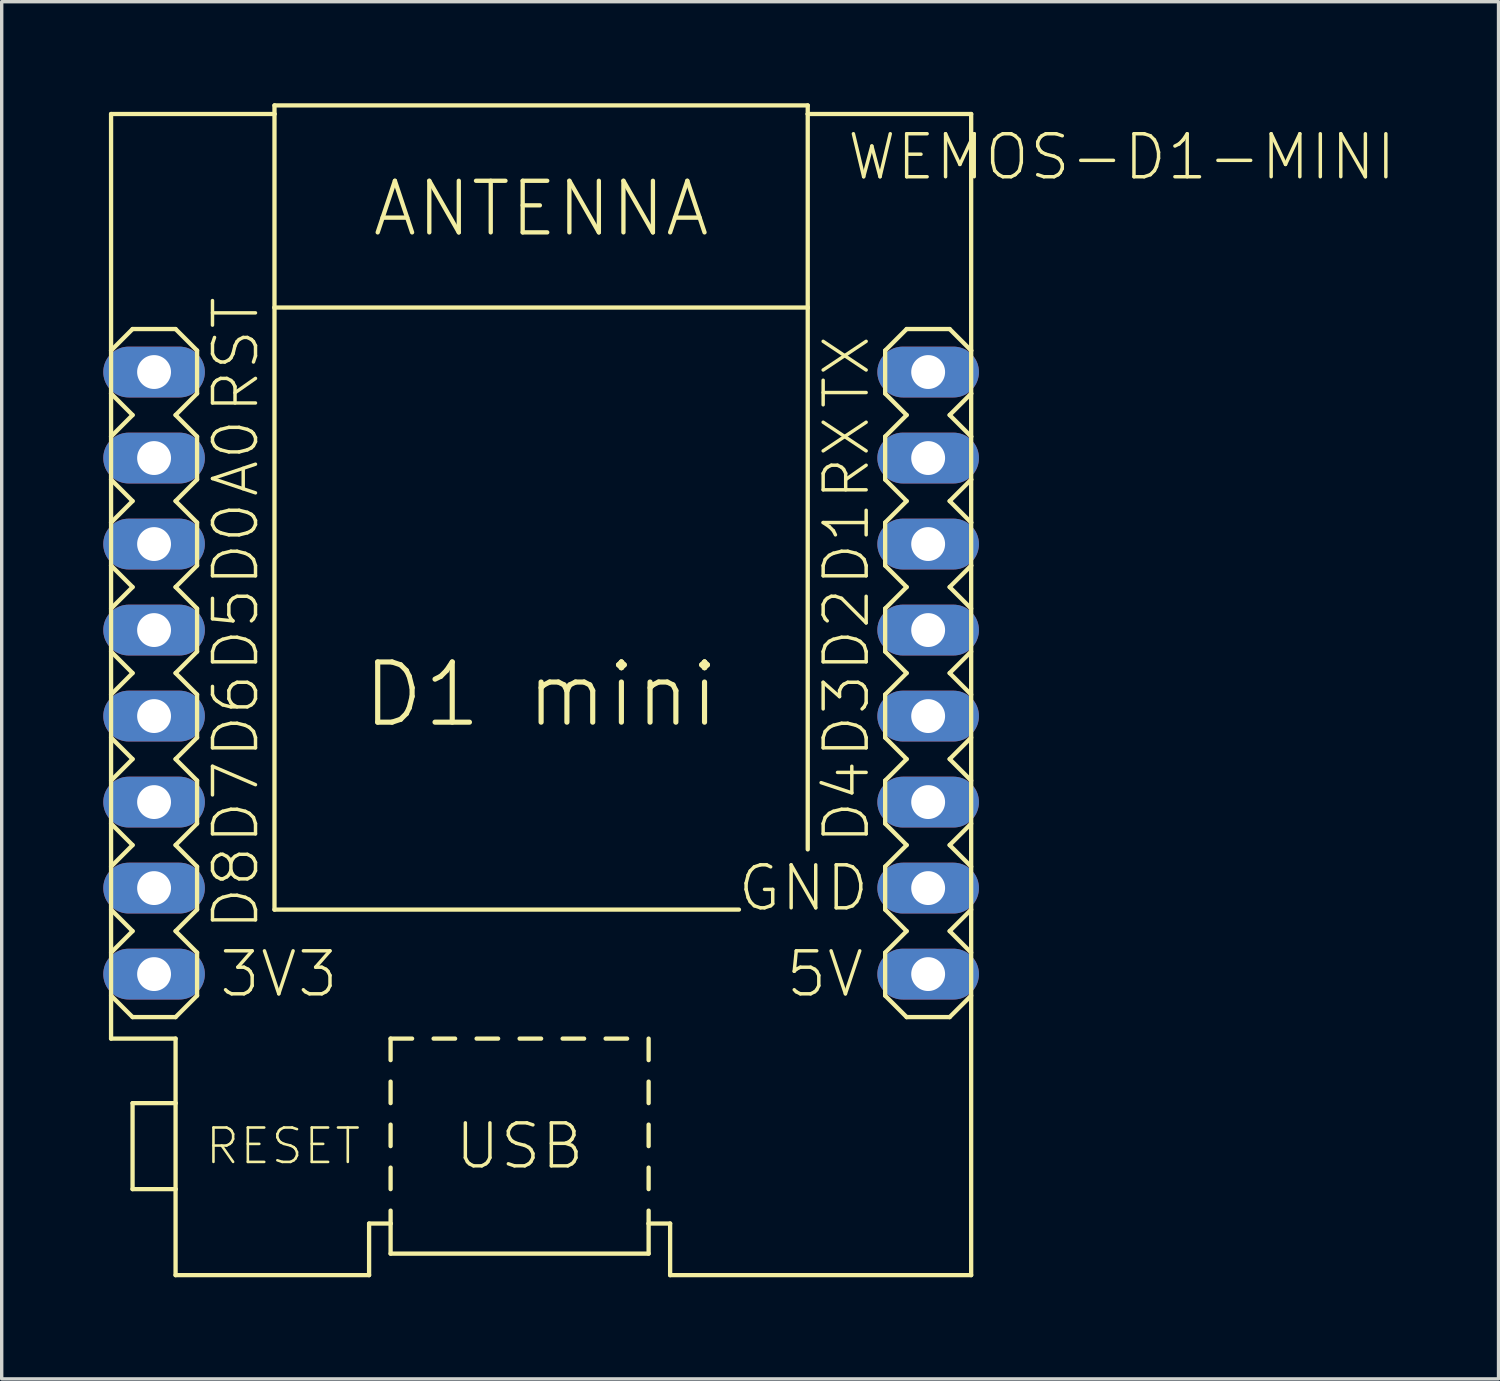
<source format=kicad_pcb>
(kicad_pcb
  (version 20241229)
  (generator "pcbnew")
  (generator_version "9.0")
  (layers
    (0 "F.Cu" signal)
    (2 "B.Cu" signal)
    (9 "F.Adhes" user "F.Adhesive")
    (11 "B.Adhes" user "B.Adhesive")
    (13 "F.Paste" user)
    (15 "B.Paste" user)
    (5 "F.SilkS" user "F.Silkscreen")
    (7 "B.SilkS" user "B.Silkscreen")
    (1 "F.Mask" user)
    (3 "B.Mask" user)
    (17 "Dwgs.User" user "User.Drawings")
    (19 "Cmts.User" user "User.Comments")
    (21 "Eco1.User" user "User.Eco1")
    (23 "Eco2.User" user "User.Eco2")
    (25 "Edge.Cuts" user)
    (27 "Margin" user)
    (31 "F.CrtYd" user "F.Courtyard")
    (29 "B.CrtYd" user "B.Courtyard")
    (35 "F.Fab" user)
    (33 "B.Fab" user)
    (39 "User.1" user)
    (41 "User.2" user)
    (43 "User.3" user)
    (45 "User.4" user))
  (footprint "WEMOS-D1-MINI"
    (layer "F.Cu")
    (at 12.93 17.462)
    (property "Reference" "WEMOS-D1-MINI" (at 17.145 -15.875 0) (layer "F.SilkS") (effects (font (size 1.27 1.27) (thickness 0.102))))
    (attr exclude_from_pos_files exclude_from_bom)
    (fp_line (start -12.7 -17.145) (end -7.874 -17.145) (stroke (width 0.127) (type solid)) (layer "F.SilkS"))
    (fp_line (start -12.7 -10.16) (end -12.7 -17.145) (stroke (width 0.127) (type solid)) (layer "F.SilkS"))
    (fp_line (start -12.7 -10.16) (end -12.065 -10.795) (stroke (width 0.127) (type solid)) (layer "F.SilkS"))
    (fp_line (start -12.7 -8.89) (end -12.7 -10.16) (stroke (width 0.127) (type solid)) (layer "F.SilkS"))
    (fp_line (start -12.7 -7.62) (end -12.7 -8.89) (stroke (width 0.127) (type solid)) (layer "F.SilkS"))
    (fp_line (start -12.7 -7.62) (end -12.065 -8.255) (stroke (width 0.127) (type solid)) (layer "F.SilkS"))
    (fp_line (start -12.7 -6.35) (end -12.7 -7.62) (stroke (width 0.127) (type solid)) (layer "F.SilkS"))
    (fp_line (start -12.7 -5.08) (end -12.7 -6.35) (stroke (width 0.127) (type solid)) (layer "F.SilkS"))
    (fp_line (start -12.7 -5.08) (end -12.065 -5.715) (stroke (width 0.127) (type solid)) (layer "F.SilkS"))
    (fp_line (start -12.7 -3.81) (end -12.7 -5.08) (stroke (width 0.127) (type solid)) (layer "F.SilkS"))
    (fp_line (start -12.7 -3.81) (end -12.7 10.16) (stroke (width 0.127) (type solid)) (layer "F.SilkS"))
    (fp_line (start -12.7 -2.54) (end -12.065 -3.175) (stroke (width 0.127) (type solid)) (layer "F.SilkS"))
    (fp_line (start -12.7 -1.27) (end -12.065 -0.635) (stroke (width 0.127) (type solid)) (layer "F.SilkS"))
    (fp_line (start -12.7 1.27) (end -12.065 1.905) (stroke (width 0.127) (type solid)) (layer "F.SilkS"))
    (fp_line (start -12.7 3.81) (end -12.065 4.445) (stroke (width 0.127) (type solid)) (layer "F.SilkS"))
    (fp_line (start -12.7 6.35) (end -12.065 6.985) (stroke (width 0.127) (type solid)) (layer "F.SilkS"))
    (fp_line (start -12.7 8.89) (end -12.065 9.525) (stroke (width 0.127) (type solid)) (layer "F.SilkS"))
    (fp_line (start -12.7 10.16) (end -10.795 10.16) (stroke (width 0.127) (type solid)) (layer "F.SilkS"))
    (fp_line (start -12.065 -10.795) (end -10.795 -10.795) (stroke (width 0.127) (type solid)) (layer "F.SilkS"))
    (fp_line (start -12.065 -8.255) (end -12.7 -8.89) (stroke (width 0.127) (type solid)) (layer "F.SilkS"))
    (fp_line (start -12.065 -5.715) (end -12.7 -6.35) (stroke (width 0.127) (type solid)) (layer "F.SilkS"))
    (fp_line (start -12.065 -3.175) (end -12.7 -3.81) (stroke (width 0.127) (type solid)) (layer "F.SilkS"))
    (fp_line (start -12.065 -0.635) (end -12.7 0) (stroke (width 0.127) (type solid)) (layer "F.SilkS"))
    (fp_line (start -12.065 1.905) (end -12.7 2.54) (stroke (width 0.127) (type solid)) (layer "F.SilkS"))
    (fp_line (start -12.065 4.445) (end -12.7 5.08) (stroke (width 0.127) (type solid)) (layer "F.SilkS"))
    (fp_line (start -12.065 6.985) (end -12.7 7.62) (stroke (width 0.127) (type solid)) (layer "F.SilkS"))
    (fp_line (start -12.065 9.525) (end -10.795 9.525) (stroke (width 0.127) (type solid)) (layer "F.SilkS"))
    (fp_line (start -12.065 12.065) (end -12.065 14.605) (stroke (width 0.127) (type solid)) (layer "F.SilkS"))
    (fp_line (start -12.065 14.605) (end -10.795 14.605) (stroke (width 0.127) (type solid)) (layer "F.SilkS"))
    (fp_line (start -10.795 -10.795) (end -10.16 -10.16) (stroke (width 0.127) (type solid)) (layer "F.SilkS"))
    (fp_line (start -10.795 -8.255) (end -10.16 -7.62) (stroke (width 0.127) (type solid)) (layer "F.SilkS"))
    (fp_line (start -10.795 -5.715) (end -10.16 -5.08) (stroke (width 0.127) (type solid)) (layer "F.SilkS"))
    (fp_line (start -10.795 -3.175) (end -10.16 -2.54) (stroke (width 0.127) (type solid)) (layer "F.SilkS"))
    (fp_line (start -10.795 -0.635) (end -10.16 0) (stroke (width 0.127) (type solid)) (layer "F.SilkS"))
    (fp_line (start -10.795 1.905) (end -10.16 2.54) (stroke (width 0.127) (type solid)) (layer "F.SilkS"))
    (fp_line (start -10.795 4.445) (end -10.16 5.08) (stroke (width 0.127) (type solid)) (layer "F.SilkS"))
    (fp_line (start -10.795 9.525) (end -10.16 8.89) (stroke (width 0.127) (type solid)) (layer "F.SilkS"))
    (fp_line (start -10.795 10.16) (end -10.795 12.065) (stroke (width 0.127) (type solid)) (layer "F.SilkS"))
    (fp_line (start -10.795 12.065) (end -12.065 12.065) (stroke (width 0.127) (type solid)) (layer "F.SilkS"))
    (fp_line (start -10.795 12.065) (end -10.795 14.605) (stroke (width 0.127) (type solid)) (layer "F.SilkS"))
    (fp_line (start -10.795 14.605) (end -10.795 17.145) (stroke (width 0.127) (type solid)) (layer "F.SilkS"))
    (fp_line (start -10.795 17.145) (end -5.08 17.145) (stroke (width 0.127) (type solid)) (layer "F.SilkS"))
    (fp_line (start -10.16 -10.16) (end -10.16 -8.89) (stroke (width 0.127) (type solid)) (layer "F.SilkS"))
    (fp_line (start -10.16 -8.89) (end -10.795 -8.255) (stroke (width 0.127) (type solid)) (layer "F.SilkS"))
    (fp_line (start -10.16 -7.62) (end -10.16 -6.35) (stroke (width 0.127) (type solid)) (layer "F.SilkS"))
    (fp_line (start -10.16 -6.35) (end -10.795 -5.715) (stroke (width 0.127) (type solid)) (layer "F.SilkS"))
    (fp_line (start -10.16 -5.08) (end -10.16 -3.81) (stroke (width 0.127) (type solid)) (layer "F.SilkS"))
    (fp_line (start -10.16 -3.81) (end -10.795 -3.175) (stroke (width 0.127) (type solid)) (layer "F.SilkS"))
    (fp_line (start -10.16 -2.54) (end -10.16 -1.27) (stroke (width 0.127) (type solid)) (layer "F.SilkS"))
    (fp_line (start -10.16 -1.27) (end -10.795 -0.635) (stroke (width 0.127) (type solid)) (layer "F.SilkS"))
    (fp_line (start -10.16 0) (end -10.16 1.27) (stroke (width 0.127) (type solid)) (layer "F.SilkS"))
    (fp_line (start -10.16 1.27) (end -10.795 1.905) (stroke (width 0.127) (type solid)) (layer "F.SilkS"))
    (fp_line (start -10.16 2.54) (end -10.16 3.81) (stroke (width 0.127) (type solid)) (layer "F.SilkS"))
    (fp_line (start -10.16 3.81) (end -10.795 4.445) (stroke (width 0.127) (type solid)) (layer "F.SilkS"))
    (fp_line (start -10.16 5.08) (end -10.16 6.35) (stroke (width 0.127) (type solid)) (layer "F.SilkS"))
    (fp_line (start -10.16 6.35) (end -10.795 6.985) (stroke (width 0.127) (type solid)) (layer "F.SilkS"))
    (fp_line (start -10.16 7.62) (end -10.795 6.985) (stroke (width 0.127) (type solid)) (layer "F.SilkS"))
    (fp_line (start -10.16 8.89) (end -10.16 7.62) (stroke (width 0.127) (type solid)) (layer "F.SilkS"))
    (fp_line (start -7.874 -17.399) (end -7.874 -17.145) (stroke (width 0.127) (type solid)) (layer "F.SilkS"))
    (fp_line (start -7.874 -17.399) (end 7.874 -17.399) (stroke (width 0.127) (type solid)) (layer "F.SilkS"))
    (fp_line (start -7.874 -17.145) (end -7.874 -11.43) (stroke (width 0.127) (type solid)) (layer "F.SilkS"))
    (fp_line (start -7.874 -11.43) (end -7.874 6.35) (stroke (width 0.127) (type solid)) (layer "F.SilkS"))
    (fp_line (start -7.874 -11.43) (end 7.874 -11.43) (stroke (width 0.127) (type solid)) (layer "F.SilkS"))
    (fp_line (start -7.874 6.35) (end 5.842 6.35) (stroke (width 0.127) (type solid)) (layer "F.SilkS"))
    (fp_line (start -5.08 15.621) (end -4.445 15.621) (stroke (width 0.127) (type solid)) (layer "F.SilkS"))
    (fp_line (start -5.08 17.145) (end -5.08 15.621) (stroke (width 0.127) (type solid)) (layer "F.SilkS"))
    (fp_line (start -4.445 10.16) (end -4.445 10.795) (stroke (width 0.127) (type solid)) (layer "F.SilkS"))
    (fp_line (start -4.445 10.16) (end -3.81 10.16) (stroke (width 0.127) (type solid)) (layer "F.SilkS"))
    (fp_line (start -4.445 11.43) (end -4.445 12.065) (stroke (width 0.127) (type solid)) (layer "F.SilkS"))
    (fp_line (start -4.445 12.7) (end -4.445 13.335) (stroke (width 0.127) (type solid)) (layer "F.SilkS"))
    (fp_line (start -4.445 13.97) (end -4.445 14.605) (stroke (width 0.127) (type solid)) (layer "F.SilkS"))
    (fp_line (start -4.445 15.24) (end -4.445 15.621) (stroke (width 0.127) (type solid)) (layer "F.SilkS"))
    (fp_line (start -4.445 15.621) (end -4.445 16.51) (stroke (width 0.127) (type solid)) (layer "F.SilkS"))
    (fp_line (start -4.445 16.51) (end 3.175 16.51) (stroke (width 0.127) (type solid)) (layer "F.SilkS"))
    (fp_line (start -3.175 10.16) (end -2.54 10.16) (stroke (width 0.127) (type solid)) (layer "F.SilkS"))
    (fp_line (start -1.905 10.16) (end -1.27 10.16) (stroke (width 0.127) (type solid)) (layer "F.SilkS"))
    (fp_line (start -0.635 10.16) (end 0 10.16) (stroke (width 0.127) (type solid)) (layer "F.SilkS"))
    (fp_line (start 0.635 10.16) (end 1.27 10.16) (stroke (width 0.127) (type solid)) (layer "F.SilkS"))
    (fp_line (start 1.905 10.16) (end 2.54 10.16) (stroke (width 0.127) (type solid)) (layer "F.SilkS"))
    (fp_line (start 3.175 10.16) (end 3.175 10.795) (stroke (width 0.127) (type solid)) (layer "F.SilkS"))
    (fp_line (start 3.175 11.43) (end 3.175 12.065) (stroke (width 0.127) (type solid)) (layer "F.SilkS"))
    (fp_line (start 3.175 12.7) (end 3.175 13.335) (stroke (width 0.127) (type solid)) (layer "F.SilkS"))
    (fp_line (start 3.175 13.97) (end 3.175 14.605) (stroke (width 0.127) (type solid)) (layer "F.SilkS"))
    (fp_line (start 3.175 15.24) (end 3.175 15.621) (stroke (width 0.127) (type solid)) (layer "F.SilkS"))
    (fp_line (start 3.175 16.51) (end 3.175 15.621) (stroke (width 0.127) (type solid)) (layer "F.SilkS"))
    (fp_line (start 3.81 15.621) (end 3.175 15.621) (stroke (width 0.127) (type solid)) (layer "F.SilkS"))
    (fp_line (start 3.81 15.621) (end 3.81 17.145) (stroke (width 0.127) (type solid)) (layer "F.SilkS"))
    (fp_line (start 3.81 17.145) (end 12.7 17.145) (stroke (width 0.127) (type solid)) (layer "F.SilkS"))
    (fp_line (start 7.874 -17.399) (end 7.874 -17.145) (stroke (width 0.127) (type solid)) (layer "F.SilkS"))
    (fp_line (start 7.874 -17.145) (end 12.7 -17.145) (stroke (width 0.127) (type solid)) (layer "F.SilkS"))
    (fp_line (start 7.874 -11.43) (end 7.874 -17.145) (stroke (width 0.127) (type solid)) (layer "F.SilkS"))
    (fp_line (start 7.874 -11.43) (end 7.874 4.572) (stroke (width 0.127) (type solid)) (layer "F.SilkS"))
    (fp_line (start 10.16 -10.16) (end 10.795 -10.795) (stroke (width 0.127) (type solid)) (layer "F.SilkS"))
    (fp_line (start 10.16 -8.89) (end 10.16 -10.16) (stroke (width 0.127) (type solid)) (layer "F.SilkS"))
    (fp_line (start 10.16 -7.62) (end 10.795 -8.255) (stroke (width 0.127) (type solid)) (layer "F.SilkS"))
    (fp_line (start 10.16 -6.35) (end 10.16 -7.62) (stroke (width 0.127) (type solid)) (layer "F.SilkS"))
    (fp_line (start 10.16 -5.08) (end 10.795 -5.715) (stroke (width 0.127) (type solid)) (layer "F.SilkS"))
    (fp_line (start 10.16 -3.81) (end 10.16 -5.08) (stroke (width 0.127) (type solid)) (layer "F.SilkS"))
    (fp_line (start 10.16 -2.54) (end 10.16 -1.27) (stroke (width 0.127) (type solid)) (layer "F.SilkS"))
    (fp_line (start 10.16 -2.54) (end 10.795 -3.175) (stroke (width 0.127) (type solid)) (layer "F.SilkS"))
    (fp_line (start 10.16 -1.27) (end 10.795 -0.635) (stroke (width 0.127) (type solid)) (layer "F.SilkS"))
    (fp_line (start 10.16 0) (end 10.16 1.27) (stroke (width 0.127) (type solid)) (layer "F.SilkS"))
    (fp_line (start 10.16 1.27) (end 10.795 1.905) (stroke (width 0.127) (type solid)) (layer "F.SilkS"))
    (fp_line (start 10.16 3.81) (end 10.16 2.54) (stroke (width 0.127) (type solid)) (layer "F.SilkS"))
    (fp_line (start 10.16 3.81) (end 10.795 4.445) (stroke (width 0.127) (type solid)) (layer "F.SilkS"))
    (fp_line (start 10.16 6.35) (end 10.16 5.08) (stroke (width 0.127) (type solid)) (layer "F.SilkS"))
    (fp_line (start 10.16 6.35) (end 10.795 6.985) (stroke (width 0.127) (type solid)) (layer "F.SilkS"))
    (fp_line (start 10.16 7.62) (end 10.16 8.89) (stroke (width 0.127) (type solid)) (layer "F.SilkS"))
    (fp_line (start 10.16 8.89) (end 10.795 9.525) (stroke (width 0.127) (type solid)) (layer "F.SilkS"))
    (fp_line (start 10.795 -10.795) (end 12.065 -10.795) (stroke (width 0.127) (type solid)) (layer "F.SilkS"))
    (fp_line (start 10.795 -8.255) (end 10.16 -8.89) (stroke (width 0.127) (type solid)) (layer "F.SilkS"))
    (fp_line (start 10.795 -5.715) (end 10.16 -6.35) (stroke (width 0.127) (type solid)) (layer "F.SilkS"))
    (fp_line (start 10.795 -3.175) (end 10.16 -3.81) (stroke (width 0.127) (type solid)) (layer "F.SilkS"))
    (fp_line (start 10.795 -0.635) (end 10.16 0) (stroke (width 0.127) (type solid)) (layer "F.SilkS"))
    (fp_line (start 10.795 1.905) (end 10.16 2.54) (stroke (width 0.127) (type solid)) (layer "F.SilkS"))
    (fp_line (start 10.795 4.445) (end 10.16 5.08) (stroke (width 0.127) (type solid)) (layer "F.SilkS"))
    (fp_line (start 10.795 6.985) (end 10.16 7.62) (stroke (width 0.127) (type solid)) (layer "F.SilkS"))
    (fp_line (start 10.795 9.525) (end 12.065 9.525) (stroke (width 0.127) (type solid)) (layer "F.SilkS"))
    (fp_line (start 12.065 -10.795) (end 12.7 -10.16) (stroke (width 0.127) (type solid)) (layer "F.SilkS"))
    (fp_line (start 12.065 -8.255) (end 12.7 -7.62) (stroke (width 0.127) (type solid)) (layer "F.SilkS"))
    (fp_line (start 12.065 -5.715) (end 12.7 -5.08) (stroke (width 0.127) (type solid)) (layer "F.SilkS"))
    (fp_line (start 12.065 -3.175) (end 12.7 -2.54) (stroke (width 0.127) (type solid)) (layer "F.SilkS"))
    (fp_line (start 12.065 -0.635) (end 12.7 0) (stroke (width 0.127) (type solid)) (layer "F.SilkS"))
    (fp_line (start 12.065 1.905) (end 12.7 2.54) (stroke (width 0.127) (type solid)) (layer "F.SilkS"))
    (fp_line (start 12.065 4.445) (end 12.7 5.08) (stroke (width 0.127) (type solid)) (layer "F.SilkS"))
    (fp_line (start 12.065 9.525) (end 12.7 8.89) (stroke (width 0.127) (type solid)) (layer "F.SilkS"))
    (fp_line (start 12.7 -17.145) (end 12.7 -10.16) (stroke (width 0.127) (type solid)) (layer "F.SilkS"))
    (fp_line (start 12.7 -10.16) (end 12.7 -8.89) (stroke (width 0.127) (type solid)) (layer "F.SilkS"))
    (fp_line (start 12.7 -8.89) (end 12.065 -8.255) (stroke (width 0.127) (type solid)) (layer "F.SilkS"))
    (fp_line (start 12.7 -8.89) (end 12.7 -7.62) (stroke (width 0.127) (type solid)) (layer "F.SilkS"))
    (fp_line (start 12.7 -7.62) (end 12.7 -6.35) (stroke (width 0.127) (type solid)) (layer "F.SilkS"))
    (fp_line (start 12.7 -6.35) (end 12.065 -5.715) (stroke (width 0.127) (type solid)) (layer "F.SilkS"))
    (fp_line (start 12.7 -6.35) (end 12.7 -5.08) (stroke (width 0.127) (type solid)) (layer "F.SilkS"))
    (fp_line (start 12.7 -5.08) (end 12.7 -3.81) (stroke (width 0.127) (type solid)) (layer "F.SilkS"))
    (fp_line (start 12.7 -3.81) (end 12.065 -3.175) (stroke (width 0.127) (type solid)) (layer "F.SilkS"))
    (fp_line (start 12.7 -3.81) (end 12.7 17.145) (stroke (width 0.127) (type solid)) (layer "F.SilkS"))
    (fp_line (start 12.7 -1.27) (end 12.065 -0.635) (stroke (width 0.127) (type solid)) (layer "F.SilkS"))
    (fp_line (start 12.7 1.27) (end 12.065 1.905) (stroke (width 0.127) (type solid)) (layer "F.SilkS"))
    (fp_line (start 12.7 3.81) (end 12.065 4.445) (stroke (width 0.127) (type solid)) (layer "F.SilkS"))
    (fp_line (start 12.7 6.35) (end 12.065 6.985) (stroke (width 0.127) (type solid)) (layer "F.SilkS"))
    (fp_line (start 12.7 7.62) (end 12.065 6.985) (stroke (width 0.127) (type solid)) (layer "F.SilkS"))
    (fp_text user "A0" (at -9.017 -6.985 90) (layer "F.SilkS") (effects (font (size 1.27 1.27) (thickness 0.102))))
    (fp_text user "TX" (at 9.017 -9.525 270) (layer "F.SilkS") (effects (font (size 1.27 1.27) (thickness 0.102))))
    (fp_text user "USB" (at -0.635 13.335 0) (layer "F.SilkS") (effects (font (size 1.27 1.27) (thickness 0.102))))
    (fp_text user "D0" (at -9.017 -4.445 90) (layer "F.SilkS") (effects (font (size 1.27 1.27) (thickness 0.102))))
    (fp_text user "D6" (at -9.017 0.635 90) (layer "F.SilkS") (effects (font (size 1.27 1.27) (thickness 0.102))))
    (fp_text user "RST" (at -9.017 -10.033 90) (layer "F.SilkS") (effects (font (size 1.27 1.27) (thickness 0.102))))
    (fp_text user "RX" (at 9.017 -6.985 270) (layer "F.SilkS") (effects (font (size 1.27 1.27) (thickness 0.102))))
    (fp_text user "GND" (at 7.747 5.715 0) (layer "F.SilkS") (effects (font (size 1.27 1.27) (thickness 0.102))))
    (fp_text user "D7" (at -9.017 3.175 90) (layer "F.SilkS") (effects (font (size 1.27 1.27) (thickness 0.102))))
    (fp_text user "RESET" (at -7.62 13.335 0) (layer "F.SilkS") (effects (font (size 1.016 1.016) (thickness 0.076))))
    (fp_text user "D4" (at 9.017 3.175 270) (layer "F.SilkS") (effects (font (size 1.27 1.27) (thickness 0.102))))
    (fp_text user "D1 mini" (at 0 0 0) (layer "F.SilkS") (effects (font (size 1.778 1.778) (thickness 0.152))))
    (fp_text user "D3" (at 9.017 0.635 270) (layer "F.SilkS") (effects (font (size 1.27 1.27) (thickness 0.102))))
    (fp_text user "5V" (at 8.382 8.255 0) (layer "F.SilkS") (effects (font (size 1.27 1.27) (thickness 0.102))))
    (fp_text user "ANTENNA" (at 0 -14.348 0) (layer "F.SilkS") (effects (font (size 1.524 1.524) (thickness 0.127))))
    (fp_text user "D8" (at -9.017 5.715 90) (layer "F.SilkS") (effects (font (size 1.27 1.27) (thickness 0.102))))
    (fp_text user "D5" (at -9.017 -1.905 90) (layer "F.SilkS") (effects (font (size 1.27 1.27) (thickness 0.102))))
    (fp_text user "3V3" (at -7.747 8.255 0) (layer "F.SilkS") (effects (font (size 1.27 1.27) (thickness 0.102))))
    (fp_text user "D2" (at 9.017 -1.905 270) (layer "F.SilkS") (effects (font (size 1.27 1.27) (thickness 0.102))))
    (fp_text user "D1" (at 9.017 -4.445 270) (layer "F.SilkS") (effects (font (size 1.27 1.27) (thickness 0.102))))
    (pad "JP1.1" thru_hole oval (at -11.43 -9.525) (size 3 1.5) (drill 1) (layers "*.Cu" "*.Mask"))
    (pad "JP1.2" thru_hole oval (at -11.43 -6.985) (size 3 1.5) (drill 1) (layers "*.Cu" "*.Mask"))
    (pad "JP1.3" thru_hole oval (at -11.43 -4.445) (size 3 1.5) (drill 1) (layers "*.Cu" "*.Mask"))
    (pad "JP1.4" thru_hole oval (at -11.43 -1.905) (size 3 1.5) (drill 1) (layers "*.Cu" "*.Mask"))
    (pad "JP1.5" thru_hole oval (at -11.43 0.635) (size 3 1.5) (drill 1) (layers "*.Cu" "*.Mask"))
    (pad "JP1.6" thru_hole oval (at -11.43 3.175) (size 3 1.5) (drill 1) (layers "*.Cu" "*.Mask"))
    (pad "JP1.7" thru_hole oval (at -11.43 5.715) (size 3 1.5) (drill 1) (layers "*.Cu" "*.Mask"))
    (pad "JP1.8" thru_hole oval (at -11.43 8.255) (size 3 1.5) (drill 1) (layers "*.Cu" "*.Mask"))
    (pad "JP2.1" thru_hole oval (at 11.43 -9.525) (size 3 1.5) (drill 1) (layers "*.Cu" "*.Mask"))
    (pad "JP2.2" thru_hole oval (at 11.43 -6.985) (size 3 1.5) (drill 1) (layers "*.Cu" "*.Mask"))
    (pad "JP2.3" thru_hole oval (at 11.43 -4.445) (size 3 1.5) (drill 1) (layers "*.Cu" "*.Mask"))
    (pad "JP2.4" thru_hole oval (at 11.43 -1.905) (size 3 1.5) (drill 1) (layers "*.Cu" "*.Mask"))
    (pad "JP2.5" thru_hole oval (at 11.43 0.635) (size 3 1.5) (drill 1) (layers "*.Cu" "*.Mask"))
    (pad "JP2.6" thru_hole oval (at 11.43 3.175) (size 3 1.5) (drill 1) (layers "*.Cu" "*.Mask"))
    (pad "JP2.7" thru_hole oval (at 11.43 5.715) (size 3 1.5) (drill 1) (layers "*.Cu" "*.Mask"))
    (pad "JP2.8" thru_hole oval (at 11.43 8.255) (size 3 1.5) (drill 1) (layers "*.Cu" "*.Mask")))
  (gr_rect
    (start -3 -3)
    (end 41.204 37.671)
    (stroke (width 0.1) (type default))
    (fill no)
    (layer "Edge.Cuts")))
</source>
